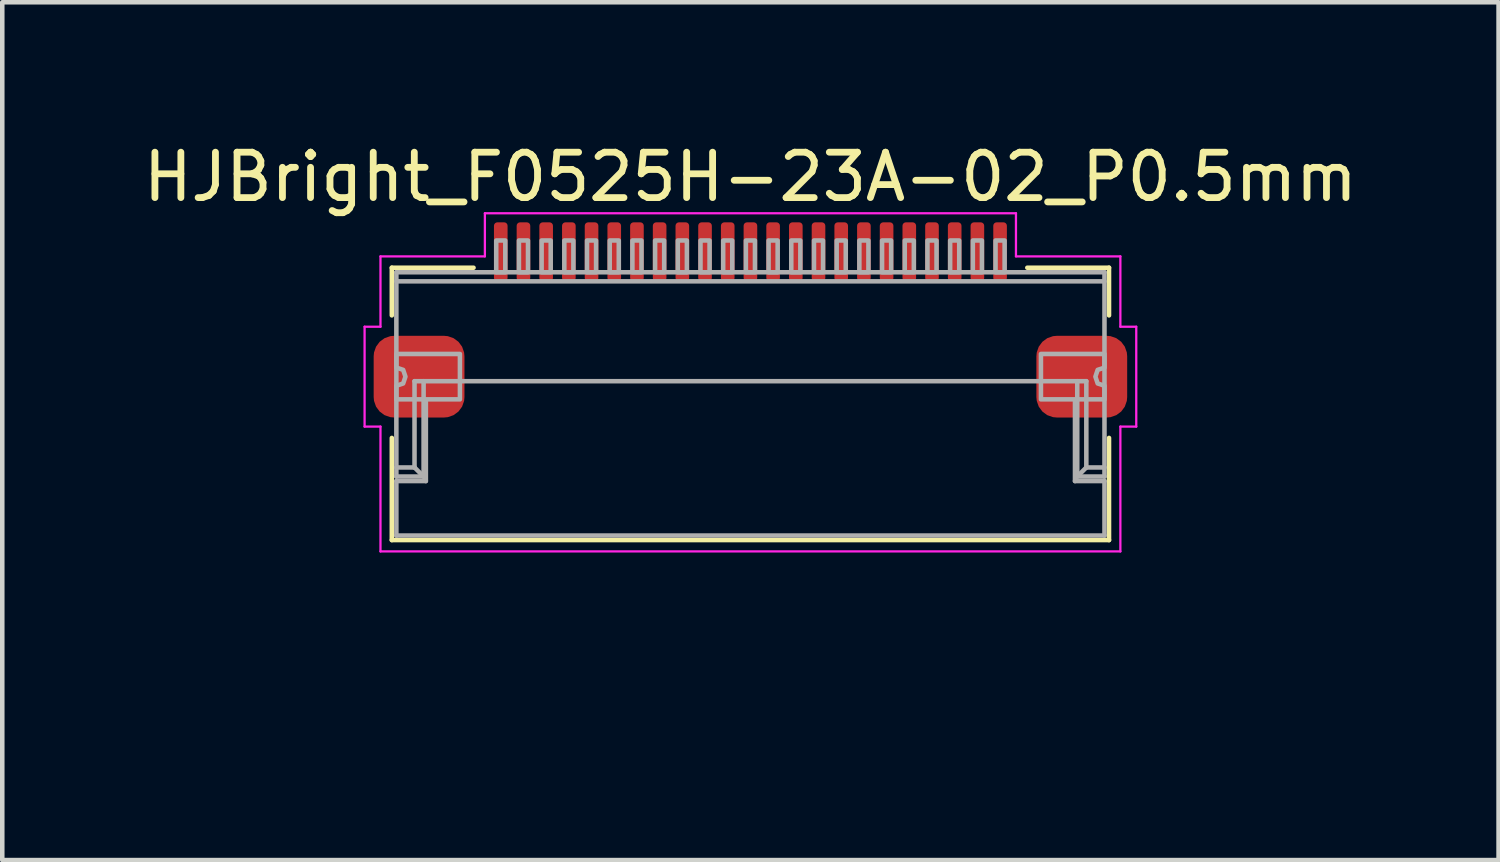
<source format=kicad_pcb>
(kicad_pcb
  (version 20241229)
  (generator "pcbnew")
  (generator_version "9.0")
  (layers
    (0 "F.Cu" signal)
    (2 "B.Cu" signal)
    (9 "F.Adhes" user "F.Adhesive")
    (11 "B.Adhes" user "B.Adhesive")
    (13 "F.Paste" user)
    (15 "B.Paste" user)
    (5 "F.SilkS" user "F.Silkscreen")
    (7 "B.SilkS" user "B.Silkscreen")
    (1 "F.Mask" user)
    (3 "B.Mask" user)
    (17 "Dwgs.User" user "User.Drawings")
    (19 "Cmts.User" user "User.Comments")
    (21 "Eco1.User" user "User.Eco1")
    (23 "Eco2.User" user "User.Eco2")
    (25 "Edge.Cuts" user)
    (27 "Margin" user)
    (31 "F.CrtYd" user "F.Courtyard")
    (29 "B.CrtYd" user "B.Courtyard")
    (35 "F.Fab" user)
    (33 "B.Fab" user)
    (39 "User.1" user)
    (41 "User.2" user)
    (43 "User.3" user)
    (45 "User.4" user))
  (footprint "HJBright_F0525H-23A-02_P0.5mm"
    (layer "F.Cu")
    (at 13.482 5.848)
    (property "Reference" "HJBright_F0525H-23A-02_P0.5mm" (at 0 -5 0) (layer "F.SilkS") (effects (font (size 1 1) (thickness 0.15))))
    (attr smd)
    (fp_line (start -7.9 -3) (end -6.1 -3) (stroke (width 0.1) (type solid)) (layer "F.SilkS"))
    (fp_line (start -7.9 -1.95) (end -7.9 -3) (stroke (width 0.1) (type solid)) (layer "F.SilkS"))
    (fp_line (start -7.9 0.75) (end -7.9 3) (stroke (width 0.1) (type solid)) (layer "F.SilkS"))
    (fp_line (start -7.9 3) (end 7.9 3) (stroke (width 0.1) (type solid)) (layer "F.SilkS"))
    (fp_line (start 6.1 -3) (end 7.9 -3) (stroke (width 0.1) (type solid)) (layer "F.SilkS"))
    (fp_line (start 7.9 -1.95) (end 7.9 -3) (stroke (width 0.1) (type solid)) (layer "F.SilkS"))
    (fp_line (start 7.9 3) (end 7.9 0.75) (stroke (width 0.1) (type solid)) (layer "F.SilkS"))
    (fp_rect (start 7.25 3) (end -7.25 7) (stroke (width 0.1) (type solid)) (fill no) (layer "Eco1.User"))
    (fp_line (start -8.5 -1.7) (end -8.5 0.5) (stroke (width 0.05) (type solid)) (layer "F.CrtYd"))
    (fp_line (start -8.5 -1.7) (end -8.15 -1.7) (stroke (width 0.05) (type solid)) (layer "F.CrtYd"))
    (fp_line (start -8.5 0.5) (end -8.15 0.5) (stroke (width 0.05) (type solid)) (layer "F.CrtYd"))
    (fp_line (start -8.15 -3.25) (end -8.15 -1.7) (stroke (width 0.05) (type solid)) (layer "F.CrtYd"))
    (fp_line (start -8.15 -3.25) (end -5.85 -3.25) (stroke (width 0.05) (type solid)) (layer "F.CrtYd"))
    (fp_line (start -8.15 0.5) (end -8.15 3.25) (stroke (width 0.05) (type solid)) (layer "F.CrtYd"))
    (fp_line (start -8.15 3.25) (end 8.15 3.25) (stroke (width 0.05) (type solid)) (layer "F.CrtYd"))
    (fp_line (start -5.85 -4.2) (end -5.85 -3.25) (stroke (width 0.05) (type solid)) (layer "F.CrtYd"))
    (fp_line (start -5.85 -4.2) (end 5.85 -4.2) (stroke (width 0.05) (type solid)) (layer "F.CrtYd"))
    (fp_line (start 5.85 -4.2) (end 5.85 -3.25) (stroke (width 0.05) (type solid)) (layer "F.CrtYd"))
    (fp_line (start 5.85 -3.25) (end 8.15 -3.25) (stroke (width 0.05) (type solid)) (layer "F.CrtYd"))
    (fp_line (start 8.15 -3.25) (end 8.15 -1.7) (stroke (width 0.05) (type solid)) (layer "F.CrtYd"))
    (fp_line (start 8.15 -1.7) (end 8.5 -1.7) (stroke (width 0.05) (type solid)) (layer "F.CrtYd"))
    (fp_line (start 8.15 0.5) (end 8.15 3.25) (stroke (width 0.05) (type solid)) (layer "F.CrtYd"))
    (fp_line (start 8.15 0.5) (end 8.5 0.5) (stroke (width 0.05) (type solid)) (layer "F.CrtYd"))
    (fp_line (start 8.5 -1.7) (end 8.5 0.5) (stroke (width 0.05) (type solid)) (layer "F.CrtYd"))
    (fp_line (start -7.8 -2.9) (end -7.8 1.6) (stroke (width 0.1) (type solid)) (layer "F.Fab"))
    (fp_line (start -7.8 -2.9) (end 7.8 -2.9) (stroke (width 0.1) (type solid)) (layer "F.Fab"))
    (fp_line (start -7.8 -2.7) (end 7.8 -2.7) (stroke (width 0.1) (type solid)) (layer "F.Fab"))
    (fp_line (start -7.8 1.4) (end -7.4 1.4) (stroke (width 0.1) (type solid)) (layer "F.Fab"))
    (fp_line (start -7.8 1.6) (end -7.2 1.6) (stroke (width 0.1) (type solid)) (layer "F.Fab"))
    (fp_line (start -7.8 1.7) (end -7.8 2.9) (stroke (width 0.1) (type solid)) (layer "F.Fab"))
    (fp_line (start -7.8 1.7) (end -7.15 1.7) (stroke (width 0.1) (type solid)) (layer "F.Fab"))
    (fp_line (start -7.8 2.9) (end 7.8 2.9) (stroke (width 0.1) (type solid)) (layer "F.Fab"))
    (fp_line (start -7.4 -0.5) (end 7.4 -0.5) (stroke (width 0.1) (type solid)) (layer "F.Fab"))
    (fp_line (start -7.4 1.4) (end -7.4 -0.5) (stroke (width 0.1) (type solid)) (layer "F.Fab"))
    (fp_line (start -7.4 1.4) (end -7.2 1.6) (stroke (width 0.1) (type solid)) (layer "F.Fab"))
    (fp_line (start -7.2 1.6) (end -7.2 -0.5) (stroke (width 0.1) (type solid)) (layer "F.Fab"))
    (fp_line (start -7.15 1.7) (end -7.15 -0.05) (stroke (width 0.1) (type solid)) (layer "F.Fab"))
    (fp_line (start 7.15 -0.05) (end 7.15 1.7) (stroke (width 0.1) (type solid)) (layer "F.Fab"))
    (fp_line (start 7.15 1.7) (end 7.8 1.7) (stroke (width 0.1) (type solid)) (layer "F.Fab"))
    (fp_line (start 7.2 1.6) (end 7.2 -0.5) (stroke (width 0.1) (type solid)) (layer "F.Fab"))
    (fp_line (start 7.4 1.4) (end 7.2 1.6) (stroke (width 0.1) (type solid)) (layer "F.Fab"))
    (fp_line (start 7.4 1.4) (end 7.4 -0.5) (stroke (width 0.1) (type solid)) (layer "F.Fab"))
    (fp_line (start 7.8 -2.9) (end 7.8 1.6) (stroke (width 0.1) (type solid)) (layer "F.Fab"))
    (fp_line (start 7.8 1.4) (end 7.4 1.4) (stroke (width 0.1) (type solid)) (layer "F.Fab"))
    (fp_line (start 7.8 1.6) (end 7.2 1.6) (stroke (width 0.1) (type solid)) (layer "F.Fab"))
    (fp_line (start 7.8 1.7) (end 7.8 2.9) (stroke (width 0.1) (type solid)) (layer "F.Fab"))
    (fp_rect (start -5.6 -3.6) (end -5.4 -2.9) (stroke (width 0.1) (type solid)) (fill no) (layer "F.Fab"))
    (fp_rect (start -5.1 -3.6) (end -4.9 -2.9) (stroke (width 0.1) (type solid)) (fill no) (layer "F.Fab"))
    (fp_rect (start -4.6 -3.6) (end -4.4 -2.9) (stroke (width 0.1) (type solid)) (fill no) (layer "F.Fab"))
    (fp_rect (start -4.1 -3.6) (end -3.9 -2.9) (stroke (width 0.1) (type solid)) (fill no) (layer "F.Fab"))
    (fp_rect (start -3.6 -3.6) (end -3.4 -2.9) (stroke (width 0.1) (type solid)) (fill no) (layer "F.Fab"))
    (fp_rect (start -3.1 -3.6) (end -2.9 -2.9) (stroke (width 0.1) (type solid)) (fill no) (layer "F.Fab"))
    (fp_rect (start -2.6 -3.6) (end -2.4 -2.9) (stroke (width 0.1) (type solid)) (fill no) (layer "F.Fab"))
    (fp_rect (start -2.1 -3.6) (end -1.9 -2.9) (stroke (width 0.1) (type solid)) (fill no) (layer "F.Fab"))
    (fp_rect (start -1.6 -3.6) (end -1.4 -2.9) (stroke (width 0.1) (type solid)) (fill no) (layer "F.Fab"))
    (fp_rect (start -1.1 -3.6) (end -0.9 -2.9) (stroke (width 0.1) (type solid)) (fill no) (layer "F.Fab"))
    (fp_rect (start -0.6 -3.6) (end -0.4 -2.9) (stroke (width 0.1) (type solid)) (fill no) (layer "F.Fab"))
    (fp_rect (start -0.1 -3.6) (end 0.1 -2.9) (stroke (width 0.1) (type solid)) (fill no) (layer "F.Fab"))
    (fp_rect (start 0.4 -3.6) (end 0.6 -2.9) (stroke (width 0.1) (type solid)) (fill no) (layer "F.Fab"))
    (fp_rect (start 0.9 -3.6) (end 1.1 -2.9) (stroke (width 0.1) (type solid)) (fill no) (layer "F.Fab"))
    (fp_rect (start 1.4 -3.6) (end 1.6 -2.9) (stroke (width 0.1) (type solid)) (fill no) (layer "F.Fab"))
    (fp_rect (start 1.9 -3.6) (end 2.1 -2.9) (stroke (width 0.1) (type solid)) (fill no) (layer "F.Fab"))
    (fp_rect (start 2.4 -3.6) (end 2.6 -2.9) (stroke (width 0.1) (type solid)) (fill no) (layer "F.Fab"))
    (fp_rect (start 2.9 -3.6) (end 3.1 -2.9) (stroke (width 0.1) (type solid)) (fill no) (layer "F.Fab"))
    (fp_rect (start 3.4 -3.6) (end 3.6 -2.9) (stroke (width 0.1) (type solid)) (fill no) (layer "F.Fab"))
    (fp_rect (start 3.9 -3.6) (end 4.1 -2.9) (stroke (width 0.1) (type solid)) (fill no) (layer "F.Fab"))
    (fp_rect (start 4.4 -3.6) (end 4.6 -2.9) (stroke (width 0.1) (type solid)) (fill no) (layer "F.Fab"))
    (fp_rect (start 4.9 -3.6) (end 5.1 -2.9) (stroke (width 0.1) (type solid)) (fill no) (layer "F.Fab"))
    (fp_rect (start 5.4 -3.6) (end 5.6 -2.9) (stroke (width 0.1) (type solid)) (fill no) (layer "F.Fab"))
    (fp_poly (pts (xy -7.8 -0.4) (xy -7.65 -0.45) (xy -7.6 -0.6) (xy -7.65 -0.75) (xy -7.8 -0.8) (xy -7.8 -1.1) (xy -6.4 -1.1) (xy -6.4 -0.1) (xy -7.8 -0.1)) (stroke (width 0.1) (type solid)) (fill no) (layer "F.Fab"))
    (fp_poly (pts (xy 7.8 -0.8) (xy 7.65 -0.75) (xy 7.6 -0.6) (xy 7.65 -0.45) (xy 7.8 -0.4) (xy 7.8 -0.1) (xy 6.4 -0.1) (xy 6.4 -1.1) (xy 7.8 -1.1)) (stroke (width 0.1) (type solid)) (fill no) (layer "F.Fab"))
    (pad "1" smd roundrect (at -5.5 -3.35) (size 0.3 1.3) (layers "F.Cu" "F.Mask" "F.Paste") (roundrect_rratio 0.25))
    (pad "2" smd roundrect (at -5 -3.35) (size 0.3 1.3) (layers "F.Cu" "F.Mask" "F.Paste") (roundrect_rratio 0.25))
    (pad "3" smd roundrect (at -4.5 -3.35) (size 0.3 1.3) (layers "F.Cu" "F.Mask" "F.Paste") (roundrect_rratio 0.25))
    (pad "4" smd roundrect (at -4 -3.35) (size 0.3 1.3) (layers "F.Cu" "F.Mask" "F.Paste") (roundrect_rratio 0.25))
    (pad "5" smd roundrect (at -3.5 -3.35) (size 0.3 1.3) (layers "F.Cu" "F.Mask" "F.Paste") (roundrect_rratio 0.25))
    (pad "6" smd roundrect (at -3 -3.35) (size 0.3 1.3) (layers "F.Cu" "F.Mask" "F.Paste") (roundrect_rratio 0.25))
    (pad "7" smd roundrect (at -2.5 -3.35) (size 0.3 1.3) (layers "F.Cu" "F.Mask" "F.Paste") (roundrect_rratio 0.25))
    (pad "8" smd roundrect (at -2 -3.35) (size 0.3 1.3) (layers "F.Cu" "F.Mask" "F.Paste") (roundrect_rratio 0.25))
    (pad "9" smd roundrect (at -1.5 -3.35) (size 0.3 1.3) (layers "F.Cu" "F.Mask" "F.Paste") (roundrect_rratio 0.25))
    (pad "10" smd roundrect (at -1 -3.35) (size 0.3 1.3) (layers "F.Cu" "F.Mask" "F.Paste") (roundrect_rratio 0.25))
    (pad "11" smd roundrect (at -0.5 -3.35) (size 0.3 1.3) (layers "F.Cu" "F.Mask" "F.Paste") (roundrect_rratio 0.25))
    (pad "12" smd roundrect (at 0 -3.35) (size 0.3 1.3) (layers "F.Cu" "F.Mask" "F.Paste") (roundrect_rratio 0.25))
    (pad "13" smd roundrect (at 0.5 -3.35) (size 0.3 1.3) (layers "F.Cu" "F.Mask" "F.Paste") (roundrect_rratio 0.25))
    (pad "14" smd roundrect (at 1 -3.35) (size 0.3 1.3) (layers "F.Cu" "F.Mask" "F.Paste") (roundrect_rratio 0.25))
    (pad "15" smd roundrect (at 1.5 -3.35) (size 0.3 1.3) (layers "F.Cu" "F.Mask" "F.Paste") (roundrect_rratio 0.25))
    (pad "16" smd roundrect (at 2 -3.35) (size 0.3 1.3) (layers "F.Cu" "F.Mask" "F.Paste") (roundrect_rratio 0.25))
    (pad "17" smd roundrect (at 2.5 -3.35) (size 0.3 1.3) (layers "F.Cu" "F.Mask" "F.Paste") (roundrect_rratio 0.25))
    (pad "18" smd roundrect (at 3 -3.35) (size 0.3 1.3) (layers "F.Cu" "F.Mask" "F.Paste") (roundrect_rratio 0.25))
    (pad "19" smd roundrect (at 3.5 -3.35) (size 0.3 1.3) (layers "F.Cu" "F.Mask" "F.Paste") (roundrect_rratio 0.25))
    (pad "20" smd roundrect (at 4 -3.35) (size 0.3 1.3) (layers "F.Cu" "F.Mask" "F.Paste") (roundrect_rratio 0.25))
    (pad "21" smd roundrect (at 4.5 -3.35) (size 0.3 1.3) (layers "F.Cu" "F.Mask" "F.Paste") (roundrect_rratio 0.25))
    (pad "22" smd roundrect (at 5 -3.35) (size 0.3 1.3) (layers "F.Cu" "F.Mask" "F.Paste") (roundrect_rratio 0.25))
    (pad "23" smd roundrect (at 5.5 -3.35) (size 0.3 1.3) (layers "F.Cu" "F.Mask" "F.Paste") (roundrect_rratio 0.25))
    (pad "MP" smd roundrect (at -7.3 -0.6) (size 2 1.8) (layers "F.Cu" "F.Mask" "F.Paste") (roundrect_rratio 0.25))
    (pad "MP" smd roundrect (at 7.3 -0.6) (size 2 1.8) (layers "F.Cu" "F.Mask" "F.Paste") (roundrect_rratio 0.25)))
  (gr_rect
    (start -3 -3)
    (end 29.964 15.898)
    (stroke (width 0.1) (type default))
    (fill no)
    (layer "Edge.Cuts")))
</source>
